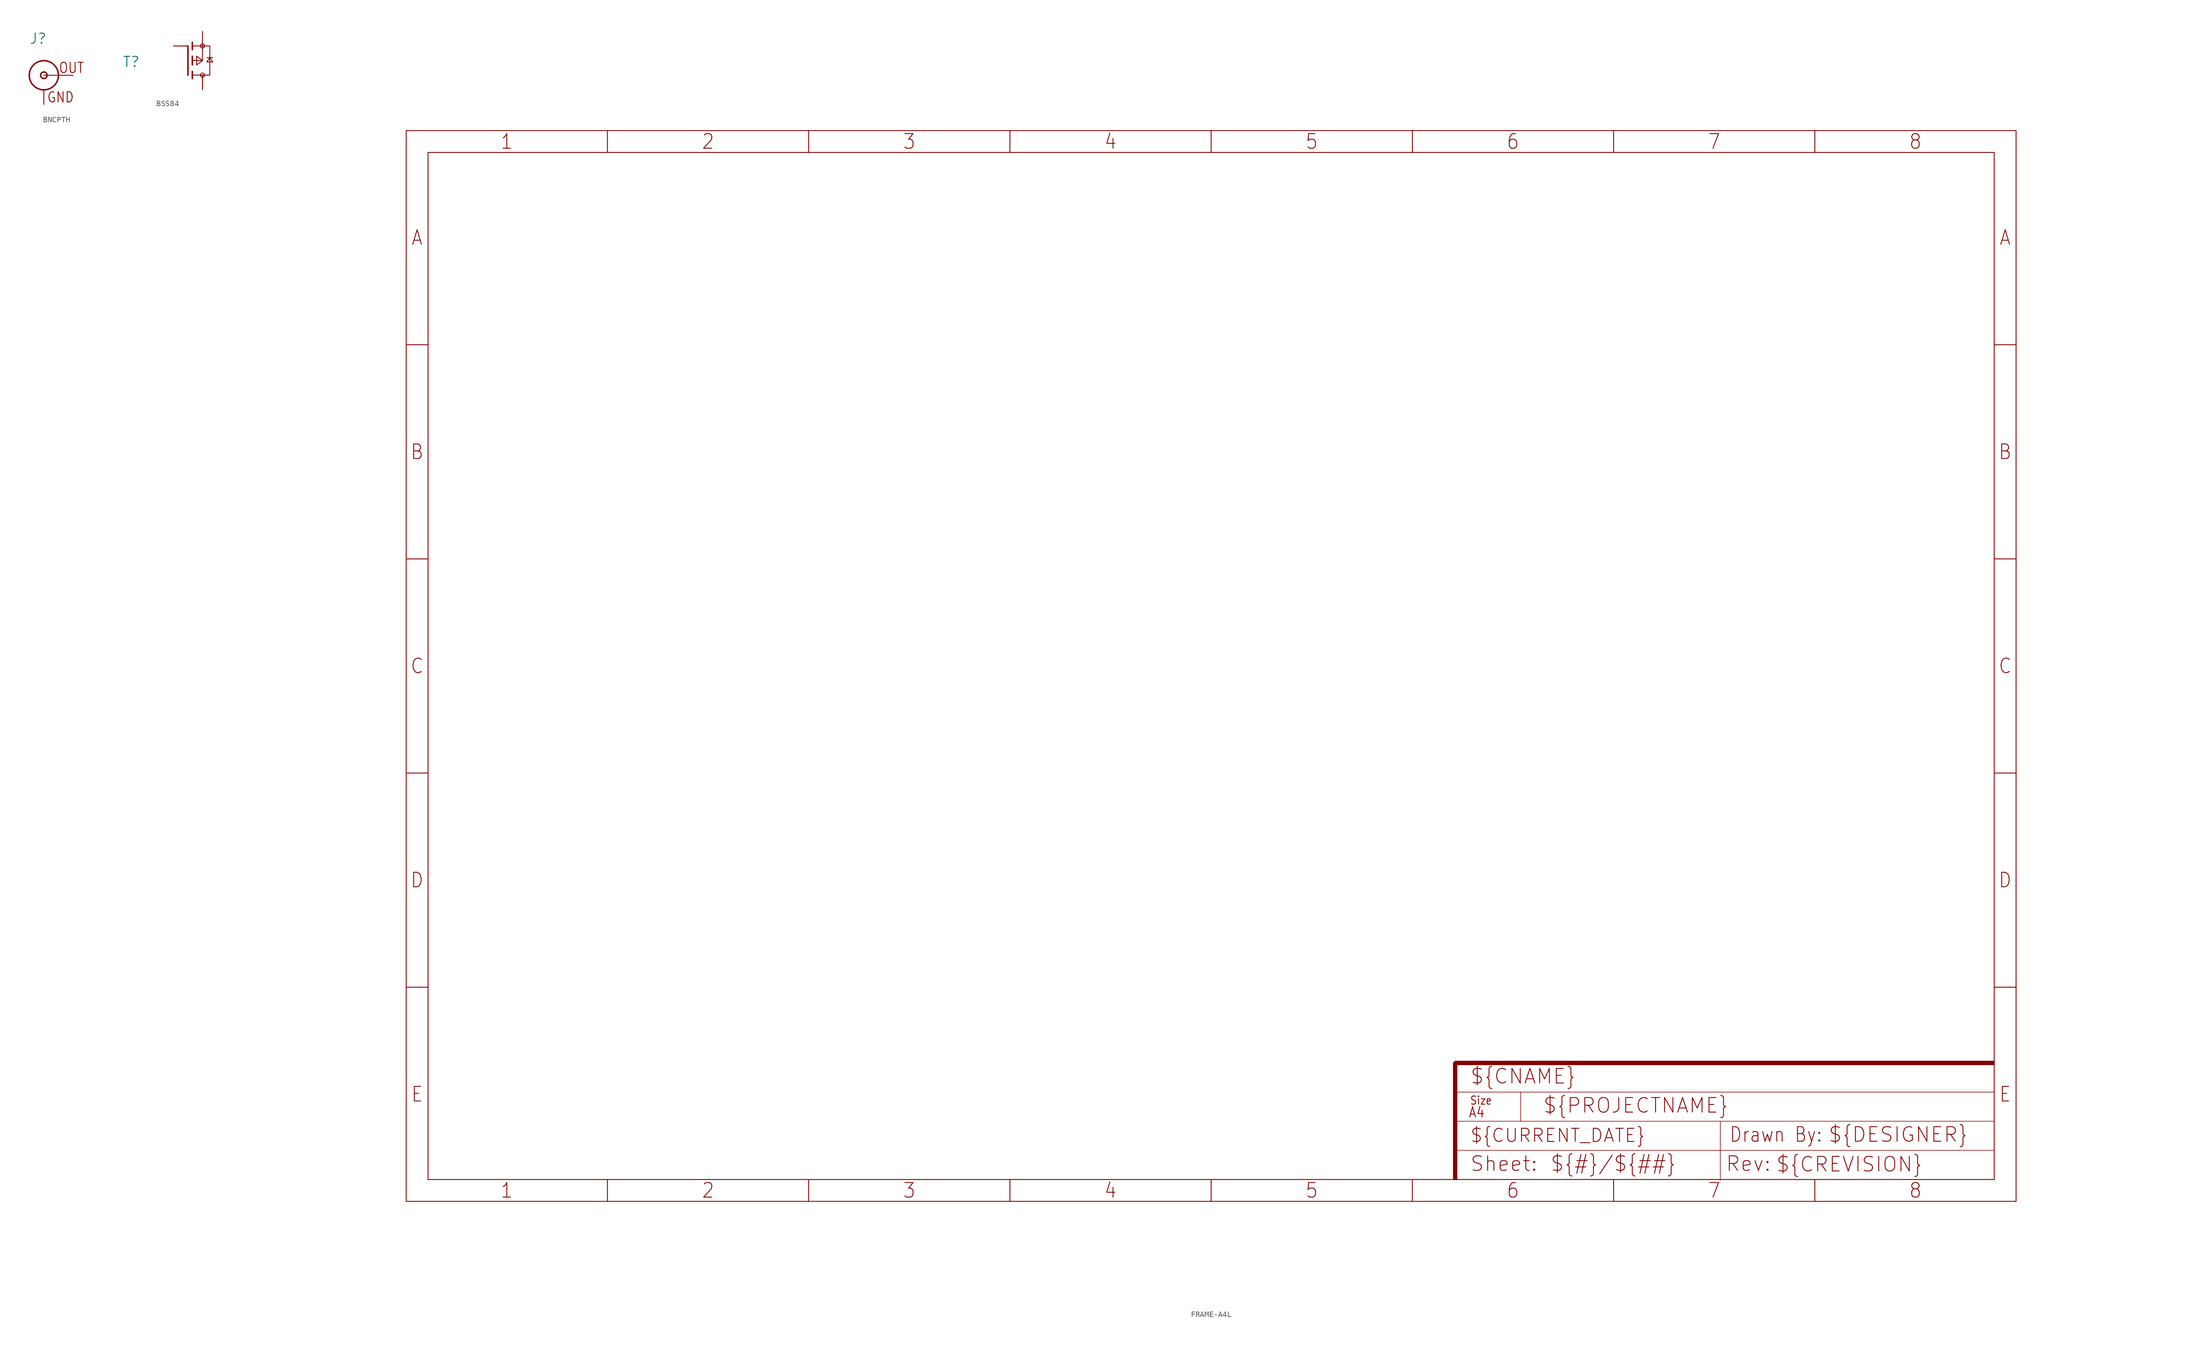
<source format=kicad_sym>
(kicad_symbol_lib
  (version 20231120)
  (generator "kicad_symbol_editor")
  (generator_version "8.0")
  (symbol "BNCPTH"
    (property "Reference" "J"
      (at -2.54 5.334 0)
      (effects (font (size 1.778 1.778)) (justify left bottom)))
    (property "Value" ""
      (at -2.54 3.048 0)
      (effects (font (size 1.778 1.778)) (justify left bottom)))
    (property "ki_locked" ""
      (at 0 0 0)
      (effects (font (size 1.27 1.27))))
    (symbol "BNCPTH_1_0"
      (circle (center 0 0) (radius 0.568) (stroke (width 0.254) (type solid)) (fill (type none)))
      (circle (center 0 0) (radius 2.54) (stroke (width 0.254) (type solid)) (fill (type none)))
      (text "GND" (at 0.508 -2.794 0) (effects (font (size 1.778 1.511)) (justify left top)))
      (text "OUT" (at 2.54 0.254 0) (effects (font (size 1.778 1.511)) (justify left bottom)))
      (pin bidirectional line (at 0 -5.08 90) (length 2.54) (name "GND" (effects (font (size 0 0)))) (number "GND" (effects (font (size 0 0)))))
      (pin bidirectional line (at 5.08 0 180) (length 5.08) (name "OUT" (effects (font (size 0 0)))) (number "S" (effects (font (size 0 0)))))))
  (symbol "BSS84"
    (property "Reference" "T"
      (at -13.97 -1.27 0)
      (effects (font (size 1.778 1.778)) (justify left bottom)))
    (property "Value" ""
      (at -13.97 -3.81 0)
      (effects (font (size 1.778 1.778)) (justify left bottom)))
    (property "ki_locked" ""
      (at 0 0 0)
      (effects (font (size 1.27 1.27))))
    (symbol "BSS84_1_0"
      (circle (center 0 -2.54) (radius 0.359) (stroke (width 0) (type solid)) (fill (type none)))
      (polyline (pts (xy -2.54 -2.54) (xy -2.54 2.54)) (stroke (width 0.254) (type solid)) (fill (type none)))
      (polyline (pts (xy -1.778 -3.175) (xy -1.778 -2.54)) (stroke (width 0.254) (type solid)) (fill (type none)))
      (polyline (pts (xy -1.778 -2.54) (xy -1.778 -1.905)) (stroke (width 0.254) (type solid)) (fill (type none)))
      (polyline (pts (xy -1.778 -2.54) (xy 0 -2.54)) (stroke (width 0.152) (type solid)) (fill (type none)))
      (polyline (pts (xy -1.778 -0.762) (xy -1.778 0)) (stroke (width 0.254) (type solid)) (fill (type none)))
      (polyline (pts (xy -1.778 0) (xy -1.778 0.762)) (stroke (width 0.254) (type solid)) (fill (type none)))
      (polyline (pts (xy -1.778 0) (xy 0 0)) (stroke (width 0.152) (type solid)) (fill (type none)))
      (polyline (pts (xy -1.778 1.905) (xy -1.778 2.54)) (stroke (width 0.254) (type solid)) (fill (type none)))
      (polyline (pts (xy -1.778 2.54) (xy -1.778 3.175)) (stroke (width 0.254) (type solid)) (fill (type none)))
      (polyline (pts (xy -1.016 -0.762) (xy -1.016 0.762)) (stroke (width 0.152) (type solid)) (fill (type none)))
      (polyline (pts (xy -1.016 0.762) (xy 0 0)) (stroke (width 0.152) (type solid)) (fill (type none)))
      (polyline (pts (xy 0 -5.08) (xy 0 -2.54)) (stroke (width 0.152) (type solid)) (fill (type none)))
      (polyline (pts (xy 0 -2.54) (xy 1.27 -2.54)) (stroke (width 0.152) (type solid)) (fill (type none)))
      (polyline (pts (xy 0 0) (xy -1.016 -0.762)) (stroke (width 0.152) (type solid)) (fill (type none)))
      (polyline (pts (xy 0 0) (xy 0 2.54)) (stroke (width 0.152) (type solid)) (fill (type none)))
      (polyline (pts (xy 0 2.54) (xy -1.778 2.54)) (stroke (width 0.152) (type solid)) (fill (type none)))
      (polyline (pts (xy 0 2.54) (xy 1.27 2.54)) (stroke (width 0.152) (type solid)) (fill (type none)))
      (polyline (pts (xy 0.762 -0.254) (xy 1.778 -0.254)) (stroke (width 0.152) (type solid)) (fill (type none)))
      (polyline (pts (xy 1.27 0.508) (xy 0.762 -0.254)) (stroke (width 0.152) (type solid)) (fill (type none)))
      (polyline (pts (xy 1.27 0.508) (xy 0.762 0.508)) (stroke (width 0.152) (type solid)) (fill (type none)))
      (polyline (pts (xy 1.27 0.508) (xy 1.27 -2.54)) (stroke (width 0.152) (type solid)) (fill (type none)))
      (polyline (pts (xy 1.27 2.54) (xy 1.27 0.508)) (stroke (width 0.152) (type solid)) (fill (type none)))
      (polyline (pts (xy 1.778 -0.254) (xy 1.27 0.508)) (stroke (width 0.152) (type solid)) (fill (type none)))
      (polyline (pts (xy 1.778 0.508) (xy 1.27 0.508)) (stroke (width 0.152) (type solid)) (fill (type none)))
      (circle (center 0 2.54) (radius 0.359) (stroke (width 0) (type solid)) (fill (type none)))
      (pin passive line (at -5.08 2.54 0) (length 2.54) (name "G" (effects (font (size 0 0)))) (number "1" (effects (font (size 0 0)))))
      (pin passive line (at 0 5.08 270) (length 2.54) (name "S" (effects (font (size 0 0)))) (number "2" (effects (font (size 0 0)))))
      (pin passive line (at 0 -5.08 90) (length 2.54) (name "D" (effects (font (size 0 0)))) (number "3" (effects (font (size 0 0)))))))
  (symbol "FRAME-A4L"
    (property "Reference" "#FRAME"
      (at 0 0 0)
      (effects (font (size 1.27 1.27)) (hide yes)))
    (property "ki_locked" ""
      (at 0 0 0)
      (effects (font (size 1.27 1.27))))
    (symbol "FRAME-A4L_1_0"
      (polyline (pts (xy -3.81 33.528) (xy 0 33.528)) (stroke (width 0) (type default)) (fill (type none)))
      (polyline (pts (xy -3.81 70.866) (xy 0 70.866)) (stroke (width 0) (type default)) (fill (type none)))
      (polyline (pts (xy -3.81 108.204) (xy 0 108.204)) (stroke (width 0) (type default)) (fill (type none)))
      (polyline (pts (xy -3.81 145.542) (xy 0 145.542)) (stroke (width 0) (type default)) (fill (type none)))
      (polyline (pts (xy 0 0) (xy 0 179.07)) (stroke (width 0) (type default)) (fill (type none)))
      (polyline (pts (xy 31.274 -3.81) (xy 31.274 0)) (stroke (width 0) (type default)) (fill (type none)))
      (polyline (pts (xy 31.274 179.07) (xy 31.274 182.88)) (stroke (width 0) (type default)) (fill (type none)))
      (polyline (pts (xy 66.358 -3.81) (xy 66.358 0)) (stroke (width 0) (type default)) (fill (type none)))
      (polyline (pts (xy 66.358 179.07) (xy 66.358 182.88)) (stroke (width 0) (type default)) (fill (type none)))
      (polyline (pts (xy 101.441 -3.81) (xy 101.441 0)) (stroke (width 0) (type default)) (fill (type none)))
      (polyline (pts (xy 101.441 179.07) (xy 101.441 182.88)) (stroke (width 0) (type default)) (fill (type none)))
      (polyline (pts (xy 136.525 -3.81) (xy 136.525 0)) (stroke (width 0) (type default)) (fill (type none)))
      (polyline (pts (xy 136.525 179.07) (xy 136.525 182.88)) (stroke (width 0) (type default)) (fill (type none)))
      (polyline (pts (xy 171.609 -3.81) (xy 171.609 0)) (stroke (width 0) (type default)) (fill (type none)))
      (polyline (pts (xy 171.609 179.07) (xy 171.609 182.88)) (stroke (width 0) (type default)) (fill (type none)))
      (polyline (pts (xy 179.07 10.16) (xy 225.29 10.16)) (stroke (width 0.102) (type solid)) (fill (type none)))
      (polyline (pts (xy 179.07 15.24) (xy 273.05 15.24)) (stroke (width 0.102) (type solid)) (fill (type none)))
      (polyline (pts (xy 179.07 19.05) (xy 179.07 20.32)) (stroke (width 0.61) (type solid)) (fill (type none)))
      (polyline (pts (xy 179.07 20.32) (xy 180.34 20.32)) (stroke (width 0.61) (type solid)) (fill (type none)))
      (polyline (pts (xy 190.492 10.16) (xy 190.492 15.24)) (stroke (width 0.102) (type solid)) (fill (type none)))
      (polyline (pts (xy 206.692 -3.81) (xy 206.692 0)) (stroke (width 0) (type default)) (fill (type none)))
      (polyline (pts (xy 206.692 179.07) (xy 206.692 182.88)) (stroke (width 0) (type default)) (fill (type none)))
      (polyline (pts (xy 225.29 -0.1) (xy 225.29 5.08)) (stroke (width 0.102) (type solid)) (fill (type none)))
      (polyline (pts (xy 225.29 5.08) (xy 179.07 5.08)) (stroke (width 0.102) (type solid)) (fill (type none)))
      (polyline (pts (xy 225.29 5.08) (xy 225.29 10.16)) (stroke (width 0.102) (type solid)) (fill (type none)))
      (polyline (pts (xy 225.29 5.08) (xy 273.05 5.08)) (stroke (width 0.102) (type solid)) (fill (type none)))
      (polyline (pts (xy 225.29 10.16) (xy 273.05 10.16)) (stroke (width 0.102) (type solid)) (fill (type none)))
      (polyline (pts (xy 241.776 -3.81) (xy 241.776 0)) (stroke (width 0) (type default)) (fill (type none)))
      (polyline (pts (xy 241.776 179.07) (xy 241.776 182.88)) (stroke (width 0) (type default)) (fill (type none)))
      (polyline (pts (xy 273.05 0) (xy 0 0)) (stroke (width 0) (type default)) (fill (type none)))
      (polyline (pts (xy 273.05 0) (xy 273.05 179.07)) (stroke (width 0) (type default)) (fill (type none)))
      (polyline (pts (xy 273.05 33.528) (xy 276.86 33.528)) (stroke (width 0) (type default)) (fill (type none)))
      (polyline (pts (xy 273.05 70.866) (xy 276.86 70.866)) (stroke (width 0) (type default)) (fill (type none)))
      (polyline (pts (xy 273.05 108.204) (xy 276.86 108.204)) (stroke (width 0) (type default)) (fill (type none)))
      (polyline (pts (xy 273.05 145.542) (xy 276.86 145.542)) (stroke (width 0) (type default)) (fill (type none)))
      (polyline (pts (xy 273.05 179.07) (xy 0 179.07)) (stroke (width 0) (type default)) (fill (type none)))
      (polyline (pts (xy -3.81 -3.81) (xy 276.86 -3.81) (xy 276.86 182.88) (xy -3.81 182.88) (xy -3.81 -3.81)) (stroke (width 0) (type default)) (fill (type none)))
      (rectangle (start 178.765 0) (end 179.375 20.32) (stroke (width 0) (type default)) (fill (type outline)))
      (rectangle (start 179.07 20.625) (end 273.05 20.015) (stroke (width 0) (type default)) (fill (type outline)))
      (text "${#}/${##}" (at 195.58 1.27 0) (effects (font (size 2.54 2.54)) (justify left bottom)))
      (text "${CNAME}" (at 181.61 16.51 0) (effects (font (size 2.54 2.54)) (justify left bottom)))
      (text "${CREVISION}" (at 234.92 1.17 0) (effects (font (size 2.54 2.54)) (justify left bottom)))
      (text "${CURRENT_DATE}" (at 181.61 6.35 0) (effects (font (size 2.286 2.286)) (justify left bottom)))
      (text "${DESIGNER}" (at 244.04 6.35 0) (effects (font (size 2.54 2.54)) (justify left bottom)))
      (text "${PROJECTNAME}" (at 194.31 11.43 0) (effects (font (size 2.54 2.54)) (justify left bottom)))
      (text "1" (at 13.732 -1.905 0) (effects (font (size 2.54 2.286))))
      (text "1" (at 13.732 180.975 0) (effects (font (size 2.54 2.286))))
      (text "2" (at 48.816 -1.905 0) (effects (font (size 2.54 2.286))))
      (text "2" (at 48.816 180.975 0) (effects (font (size 2.54 2.286))))
      (text "3" (at 83.899 -1.905 0) (effects (font (size 2.54 2.286))))
      (text "3" (at 83.899 180.975 0) (effects (font (size 2.54 2.286))))
      (text "4" (at 118.983 -1.905 0) (effects (font (size 2.54 2.286))))
      (text "4" (at 118.983 180.975 0) (effects (font (size 2.54 2.286))))
      (text "5" (at 154.067 -1.905 0) (effects (font (size 2.54 2.286))))
      (text "5" (at 154.067 180.975 0) (effects (font (size 2.54 2.286))))
      (text "6" (at 189.151 -1.905 0) (effects (font (size 2.54 2.286))))
      (text "6" (at 189.151 180.975 0) (effects (font (size 2.54 2.286))))
      (text "7" (at 224.234 -1.905 0) (effects (font (size 2.54 2.286))))
      (text "7" (at 224.234 180.975 0) (effects (font (size 2.54 2.286))))
      (text "8" (at 259.318 -1.905 0) (effects (font (size 2.54 2.286))))
      (text "8" (at 259.318 180.975 0) (effects (font (size 2.54 2.286))))
      (text "A" (at -1.905 164.211 0) (effects (font (size 2.54 2.286))))
      (text "A" (at 274.955 164.211 0) (effects (font (size 2.54 2.286))))
      (text "A4" (at 181.356 10.668 0) (effects (font (size 1.778 1.511)) (justify left bottom)))
      (text "B" (at -1.905 126.873 0) (effects (font (size 2.54 2.286))))
      (text "B" (at 274.955 126.873 0) (effects (font (size 2.54 2.286))))
      (text "C" (at -1.905 89.535 0) (effects (font (size 2.54 2.286))))
      (text "C" (at 274.955 89.535 0) (effects (font (size 2.54 2.286))))
      (text "D" (at -1.905 52.197 0) (effects (font (size 2.54 2.286))))
      (text "D" (at 274.955 52.197 0) (effects (font (size 2.54 2.286))))
      (text "Drawn By:" (at 226.822 6.35 0) (effects (font (size 2.54 2.159)) (justify left bottom)))
      (text "E" (at -1.905 14.859 0) (effects (font (size 2.54 2.286))))
      (text "E" (at 274.955 14.859 0) (effects (font (size 2.54 2.286))))
      (text "Rev:" (at 226.16 1.27 0) (effects (font (size 2.54 2.54)) (justify left bottom)))
      (text "Sheet:" (at 181.61 1.27 0) (effects (font (size 2.54 2.54)) (justify left bottom)))
      (text "Size" (at 181.61 12.954 0) (effects (font (size 1.422 1.209)) (justify left bottom))))))
</source>
